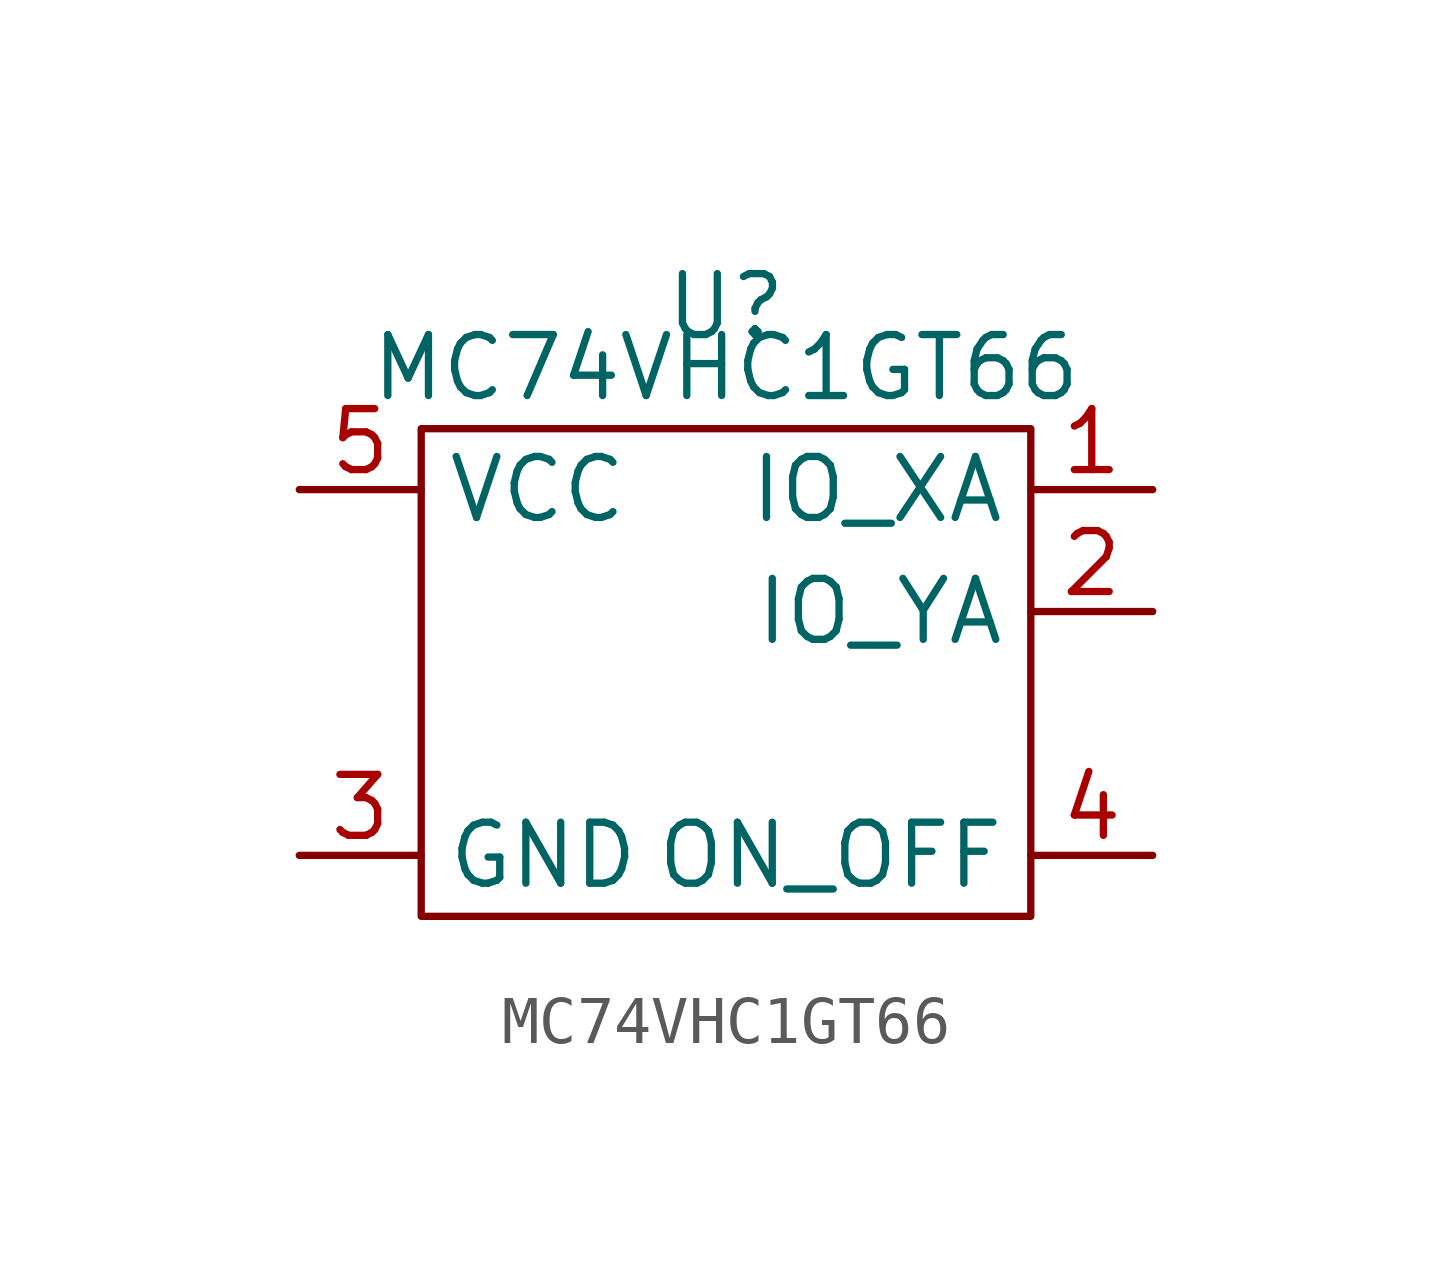
<source format=kicad_sym>
(kicad_symbol_lib
  (version 20211014)
  (generator kicad_symbol_editor)
  (symbol "MC74VHC1GT66"
    (property "Reference" "U"
      (at 0 7.62 0)
      (effects (font (size 1.27 1.27))))
    (property "Value" "MC74VHC1GT66"
      (at 0 6.35 0)
      (effects (font (size 1.27 1.27))))
    (symbol "MC74VHC1GT66_0_1"
      (rectangle (start -6.35 5.08) (end 6.35 -5.08) (stroke (width 0) (type default) (color 0 0 0 0)) (fill (type none))))
    (symbol "MC74VHC1GT66_1_1"
      (pin input line (at 8.89 3.81 180) (length 2.54) (name "IO_XA" (effects (font (size 1.27 1.27)))) (number "1" (effects (font (size 1.27 1.27)))))
      (pin input line (at 8.89 1.27 180) (length 2.54) (name "IO_YA" (effects (font (size 1.27 1.27)))) (number "2" (effects (font (size 1.27 1.27)))))
      (pin input line (at -8.89 -3.81 0) (length 2.54) (name "GND" (effects (font (size 1.27 1.27)))) (number "3" (effects (font (size 1.27 1.27)))))
      (pin input line (at 8.89 -3.81 180) (length 2.54) (name "ON_OFF" (effects (font (size 1.27 1.27)))) (number "4" (effects (font (size 1.27 1.27)))))
      (pin input line (at -8.89 3.81 0) (length 2.54) (name "VCC" (effects (font (size 1.27 1.27)))) (number "5" (effects (font (size 1.27 1.27))))))))
</source>
